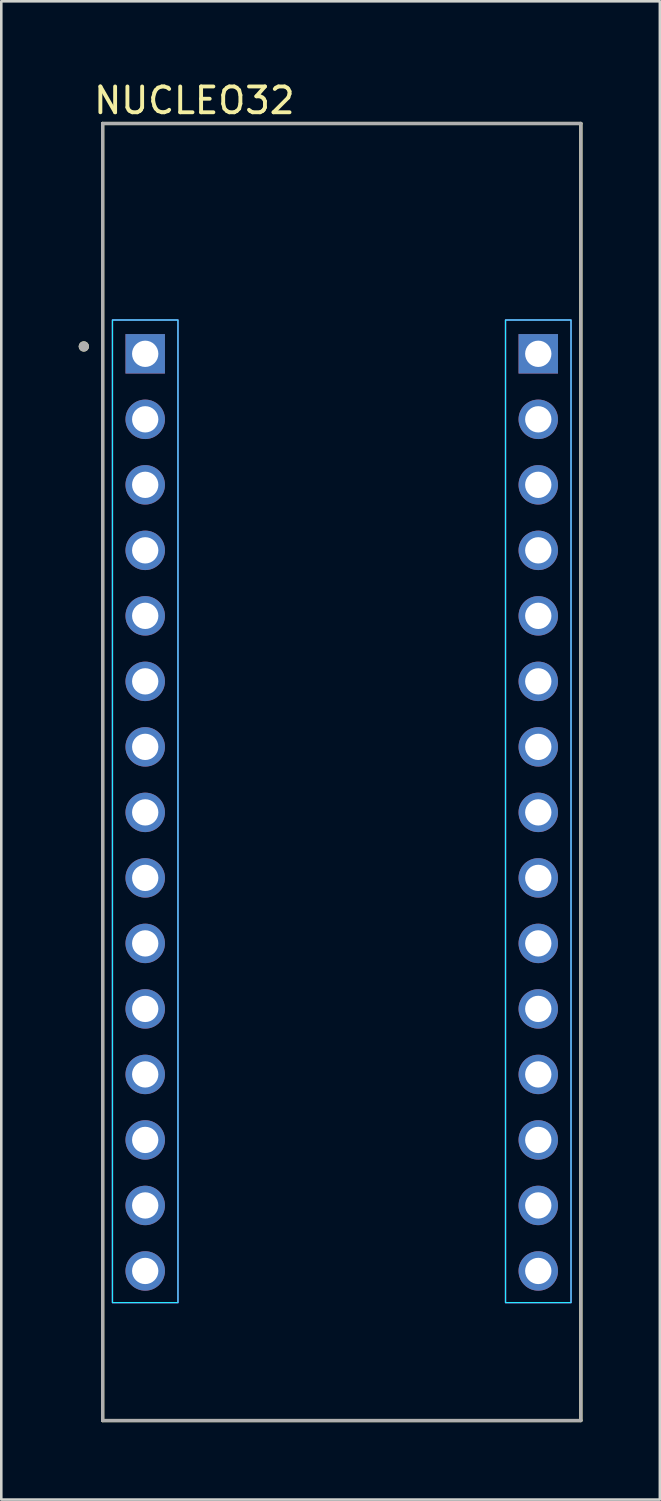
<source format=kicad_pcb>
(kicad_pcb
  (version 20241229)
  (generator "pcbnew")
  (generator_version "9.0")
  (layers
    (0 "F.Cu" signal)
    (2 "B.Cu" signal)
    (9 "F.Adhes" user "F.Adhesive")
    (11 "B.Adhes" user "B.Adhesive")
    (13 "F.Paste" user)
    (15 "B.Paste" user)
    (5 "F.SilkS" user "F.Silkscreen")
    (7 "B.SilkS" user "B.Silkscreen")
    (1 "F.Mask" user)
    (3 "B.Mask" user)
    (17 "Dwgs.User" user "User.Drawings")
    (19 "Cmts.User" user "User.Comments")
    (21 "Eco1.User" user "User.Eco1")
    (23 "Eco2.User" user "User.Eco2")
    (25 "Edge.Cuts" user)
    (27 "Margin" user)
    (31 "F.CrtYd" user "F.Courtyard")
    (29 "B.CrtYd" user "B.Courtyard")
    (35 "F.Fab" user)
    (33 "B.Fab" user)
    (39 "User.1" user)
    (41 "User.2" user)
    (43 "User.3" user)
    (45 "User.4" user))
  (footprint "NUCLEO32"
    (layer "F.Cu")
    (at 10.2 26.883)
    (property "Reference" "NUCLEO32" (at -5.715 -26.035 0) (layer "F.SilkS") (effects (font (size 1 1) (thickness 0.15))))
    (attr through_hole)
    (fp_line (start -9.27 -25.145) (end 9.27 -25.145) (stroke (width 0.127) (type solid)) (layer "F.SilkS"))
    (fp_line (start -9.27 25.145) (end -9.27 -25.145) (stroke (width 0.127) (type solid)) (layer "F.SilkS"))
    (fp_line (start 9.27 -25.145) (end 9.27 25.145) (stroke (width 0.127) (type solid)) (layer "F.SilkS"))
    (fp_line (start 9.27 25.145) (end -9.27 25.145) (stroke (width 0.127) (type solid)) (layer "F.SilkS"))
    (fp_circle (center -10 -16.5) (end -9.9 -16.5) (stroke (width 0.2) (type solid)) (fill no) (layer "F.SilkS"))
    (fp_rect (start -8.89 -17.526) (end -6.35 20.574) (stroke (width 0.05) (type default)) (fill no) (layer "B.CrtYd"))
    (fp_rect (start 6.35 -17.526) (end 8.89 20.574) (stroke (width 0.05) (type default)) (fill no) (layer "B.CrtYd"))
    (fp_rect (start -8.89 -17.526) (end -6.35 20.574) (stroke (width 0.05) (type default)) (fill no) (layer "F.CrtYd"))
    (fp_rect (start 6.35 -17.526) (end 8.89 20.574) (stroke (width 0.05) (type default)) (fill no) (layer "F.CrtYd"))
    (fp_line (start -9.27 -25.145) (end 9.27 -25.145) (stroke (width 0.127) (type solid)) (layer "F.Fab"))
    (fp_line (start -9.27 25.145) (end -9.27 -25.145) (stroke (width 0.127) (type solid)) (layer "F.Fab"))
    (fp_line (start 9.27 -25.145) (end 9.27 25.145) (stroke (width 0.127) (type solid)) (layer "F.Fab"))
    (fp_line (start 9.27 25.145) (end -9.27 25.145) (stroke (width 0.127) (type solid)) (layer "F.Fab"))
    (fp_circle (center -10 -16.5) (end -9.9 -16.5) (stroke (width 0.2) (type solid)) (fill no) (layer "F.Fab"))
    (pad "CN3_1" thru_hole rect (at -7.62 -16.215) (size 1.53 1.53) (drill 1.02) (layers "*.Cu" "*.Mask"))
    (pad "CN3_2" thru_hole circle (at -7.62 -13.675) (size 1.53 1.53) (drill 1.02) (layers "*.Cu" "*.Mask"))
    (pad "CN3_3" thru_hole circle (at -7.62 -11.135) (size 1.53 1.53) (drill 1.02) (layers "*.Cu" "*.Mask"))
    (pad "CN3_4" thru_hole circle (at -7.62 -8.595) (size 1.53 1.53) (drill 1.02) (layers "*.Cu" "*.Mask"))
    (pad "CN3_5" thru_hole circle (at -7.62 -6.055) (size 1.53 1.53) (drill 1.02) (layers "*.Cu" "*.Mask"))
    (pad "CN3_6" thru_hole circle (at -7.62 -3.515) (size 1.53 1.53) (drill 1.02) (layers "*.Cu" "*.Mask"))
    (pad "CN3_7" thru_hole circle (at -7.62 -0.975) (size 1.53 1.53) (drill 1.02) (layers "*.Cu" "*.Mask"))
    (pad "CN3_8" thru_hole circle (at -7.62 1.565) (size 1.53 1.53) (drill 1.02) (layers "*.Cu" "*.Mask"))
    (pad "CN3_9" thru_hole circle (at -7.62 4.105) (size 1.53 1.53) (drill 1.02) (layers "*.Cu" "*.Mask"))
    (pad "CN3_10" thru_hole circle (at -7.62 6.645) (size 1.53 1.53) (drill 1.02) (layers "*.Cu" "*.Mask"))
    (pad "CN3_11" thru_hole circle (at -7.62 9.185) (size 1.53 1.53) (drill 1.02) (layers "*.Cu" "*.Mask"))
    (pad "CN3_12" thru_hole circle (at -7.62 11.725) (size 1.53 1.53) (drill 1.02) (layers "*.Cu" "*.Mask"))
    (pad "CN3_13" thru_hole circle (at -7.62 14.265) (size 1.53 1.53) (drill 1.02) (layers "*.Cu" "*.Mask"))
    (pad "CN3_14" thru_hole circle (at -7.62 16.805) (size 1.53 1.53) (drill 1.02) (layers "*.Cu" "*.Mask"))
    (pad "CN3_15" thru_hole circle (at -7.62 19.345) (size 1.53 1.53) (drill 1.02) (layers "*.Cu" "*.Mask"))
    (pad "CN4_1" thru_hole rect (at 7.62 -16.215) (size 1.53 1.53) (drill 1.02) (layers "*.Cu" "*.Mask"))
    (pad "CN4_2" thru_hole circle (at 7.62 -13.675) (size 1.53 1.53) (drill 1.02) (layers "*.Cu" "*.Mask"))
    (pad "CN4_3" thru_hole circle (at 7.62 -11.135) (size 1.53 1.53) (drill 1.02) (layers "*.Cu" "*.Mask"))
    (pad "CN4_4" thru_hole circle (at 7.62 -8.595) (size 1.53 1.53) (drill 1.02) (layers "*.Cu" "*.Mask"))
    (pad "CN4_5" thru_hole circle (at 7.62 -6.055) (size 1.53 1.53) (drill 1.02) (layers "*.Cu" "*.Mask"))
    (pad "CN4_6" thru_hole circle (at 7.62 -3.515) (size 1.53 1.53) (drill 1.02) (layers "*.Cu" "*.Mask"))
    (pad "CN4_7" thru_hole circle (at 7.62 -0.975) (size 1.53 1.53) (drill 1.02) (layers "*.Cu" "*.Mask"))
    (pad "CN4_8" thru_hole circle (at 7.62 1.565) (size 1.53 1.53) (drill 1.02) (layers "*.Cu" "*.Mask"))
    (pad "CN4_9" thru_hole circle (at 7.62 4.105) (size 1.53 1.53) (drill 1.02) (layers "*.Cu" "*.Mask"))
    (pad "CN4_10" thru_hole circle (at 7.62 6.645) (size 1.53 1.53) (drill 1.02) (layers "*.Cu" "*.Mask"))
    (pad "CN4_11" thru_hole circle (at 7.62 9.185) (size 1.53 1.53) (drill 1.02) (layers "*.Cu" "*.Mask"))
    (pad "CN4_12" thru_hole circle (at 7.62 11.725) (size 1.53 1.53) (drill 1.02) (layers "*.Cu" "*.Mask"))
    (pad "CN4_13" thru_hole circle (at 7.62 14.265) (size 1.53 1.53) (drill 1.02) (layers "*.Cu" "*.Mask"))
    (pad "CN4_14" thru_hole circle (at 7.62 16.805) (size 1.53 1.53) (drill 1.02) (layers "*.Cu" "*.Mask"))
    (pad "CN4_15" thru_hole circle (at 7.62 19.345) (size 1.53 1.53) (drill 1.02) (layers "*.Cu" "*.Mask")))
  (gr_rect
    (start -3 -3)
    (end 22.534 55.092)
    (stroke (width 0.1) (type default))
    (fill no)
    (layer "Edge.Cuts")))
</source>
